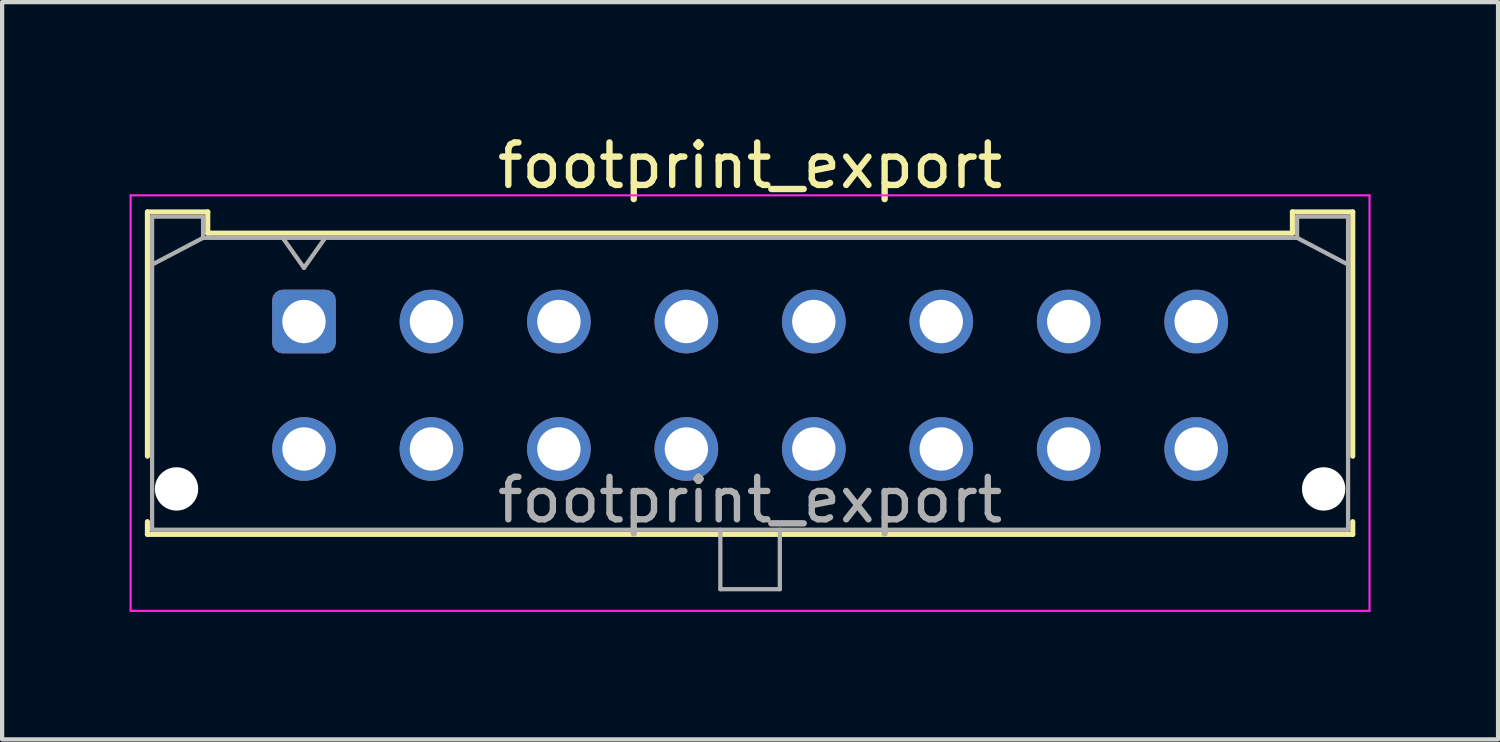
<source format=kicad_pcb>
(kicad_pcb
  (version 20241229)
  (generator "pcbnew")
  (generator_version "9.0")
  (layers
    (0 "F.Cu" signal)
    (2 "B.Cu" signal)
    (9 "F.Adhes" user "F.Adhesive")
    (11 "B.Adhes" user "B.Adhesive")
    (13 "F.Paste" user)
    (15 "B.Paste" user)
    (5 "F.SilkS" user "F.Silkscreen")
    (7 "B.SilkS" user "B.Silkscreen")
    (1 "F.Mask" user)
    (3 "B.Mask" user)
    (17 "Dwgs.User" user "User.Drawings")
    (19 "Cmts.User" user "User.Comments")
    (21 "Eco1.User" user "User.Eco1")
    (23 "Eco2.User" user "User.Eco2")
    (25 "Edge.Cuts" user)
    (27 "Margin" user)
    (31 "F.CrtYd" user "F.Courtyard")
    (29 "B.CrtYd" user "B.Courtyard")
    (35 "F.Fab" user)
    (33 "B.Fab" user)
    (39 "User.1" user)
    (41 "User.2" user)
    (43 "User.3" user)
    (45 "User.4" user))
  (footprint "footprint_export"
    (layer "F.Cu")
    (at 4.105 4.518)
    (property "Reference" "footprint_export" (at 10.5 -3.67 0) (layer "F.SilkS") (effects (font (size 1 1) (thickness 0.15))))
    (attr through_hole)
    (fp_line (start -3.685 -2.58) (end -2.265 -2.58) (stroke (width 0.12) (type solid)) (layer "F.SilkS"))
    (fp_line (start -3.685 3.17) (end -3.685 -2.58) (stroke (width 0.12) (type solid)) (layer "F.SilkS"))
    (fp_line (start -3.685 4.71) (end -3.685 5.01) (stroke (width 0.12) (type solid)) (layer "F.SilkS"))
    (fp_line (start -3.685 5.01) (end 24.685 5.01) (stroke (width 0.12) (type solid)) (layer "F.SilkS"))
    (fp_line (start -2.265 -2.58) (end -2.265 -2.08) (stroke (width 0.12) (type solid)) (layer "F.SilkS"))
    (fp_line (start -2.265 -2.08) (end 23.265 -2.08) (stroke (width 0.12) (type solid)) (layer "F.SilkS"))
    (fp_line (start 23.265 -2.58) (end 24.685 -2.58) (stroke (width 0.12) (type solid)) (layer "F.SilkS"))
    (fp_line (start 23.265 -2.08) (end 23.265 -2.58) (stroke (width 0.12) (type solid)) (layer "F.SilkS"))
    (fp_line (start 24.685 -2.58) (end 24.685 3.17) (stroke (width 0.12) (type solid)) (layer "F.SilkS"))
    (fp_line (start 24.685 5.01) (end 24.685 4.71) (stroke (width 0.12) (type solid)) (layer "F.SilkS"))
    (fp_line (start -4.08 -2.97) (end 25.08 -2.97) (stroke (width 0.05) (type solid)) (layer "F.CrtYd"))
    (fp_line (start -4.08 6.81) (end -4.08 -2.97) (stroke (width 0.05) (type solid)) (layer "F.CrtYd"))
    (fp_line (start 25.08 -2.97) (end 25.08 6.81) (stroke (width 0.05) (type solid)) (layer "F.CrtYd"))
    (fp_line (start 25.08 6.81) (end -4.08 6.81) (stroke (width 0.05) (type solid)) (layer "F.CrtYd"))
    (fp_line (start -3.575 -2.47) (end -3.575 4.9) (stroke (width 0.1) (type solid)) (layer "F.Fab"))
    (fp_line (start -3.575 -1.34) (end -2.375 -1.97) (stroke (width 0.1) (type solid)) (layer "F.Fab"))
    (fp_line (start -3.575 4.9) (end 24.575 4.9) (stroke (width 0.1) (type solid)) (layer "F.Fab"))
    (fp_line (start -2.375 -2.47) (end -3.575 -2.47) (stroke (width 0.1) (type solid)) (layer "F.Fab"))
    (fp_line (start -2.375 -1.97) (end -2.375 -2.47) (stroke (width 0.1) (type solid)) (layer "F.Fab"))
    (fp_line (start -0.5 -1.97) (end 0 -1.263) (stroke (width 0.1) (type solid)) (layer "F.Fab"))
    (fp_line (start 0 -1.263) (end 0.5 -1.97) (stroke (width 0.1) (type solid)) (layer "F.Fab"))
    (fp_line (start 9.8 4.9) (end 9.8 6.3) (stroke (width 0.1) (type solid)) (layer "F.Fab"))
    (fp_line (start 9.8 6.3) (end 11.2 6.3) (stroke (width 0.1) (type solid)) (layer "F.Fab"))
    (fp_line (start 11.2 6.3) (end 11.2 4.9) (stroke (width 0.1) (type solid)) (layer "F.Fab"))
    (fp_line (start 23.375 -2.47) (end 23.375 -1.97) (stroke (width 0.1) (type solid)) (layer "F.Fab"))
    (fp_line (start 23.375 -1.97) (end -2.375 -1.97) (stroke (width 0.1) (type solid)) (layer "F.Fab"))
    (fp_line (start 24.575 -2.47) (end 23.375 -2.47) (stroke (width 0.1) (type solid)) (layer "F.Fab"))
    (fp_line (start 24.575 -1.34) (end 23.375 -1.97) (stroke (width 0.1) (type solid)) (layer "F.Fab"))
    (fp_line (start 24.575 4.9) (end 24.575 -2.47) (stroke (width 0.1) (type solid)) (layer "F.Fab"))
    (fp_text user "${REFERENCE}" (at 10.5 4.2 0) (layer "F.Fab") (effects (font (size 1 1) (thickness 0.15))))
    (pad "" np_thru_hole circle (at -3 3.94) (size 1.02 1.02) (drill 1.02) (layers "*.Cu" "*.Mask"))
    (pad "" np_thru_hole circle (at 24 3.94) (size 1.02 1.02) (drill 1.02) (layers "*.Cu" "*.Mask"))
    (pad "1" thru_hole roundrect (at 0 0) (size 1.5 1.5) (drill 1.02) (layers "*.Cu" "*.Mask") (roundrect_rratio 0.167))
    (pad "2" thru_hole circle (at 3 0) (size 1.5 1.5) (drill 1.02) (layers "*.Cu" "*.Mask"))
    (pad "3" thru_hole circle (at 6 0) (size 1.5 1.5) (drill 1.02) (layers "*.Cu" "*.Mask"))
    (pad "4" thru_hole circle (at 9 0) (size 1.5 1.5) (drill 1.02) (layers "*.Cu" "*.Mask"))
    (pad "5" thru_hole circle (at 12 0) (size 1.5 1.5) (drill 1.02) (layers "*.Cu" "*.Mask"))
    (pad "6" thru_hole circle (at 15 0) (size 1.5 1.5) (drill 1.02) (layers "*.Cu" "*.Mask"))
    (pad "7" thru_hole circle (at 18 0) (size 1.5 1.5) (drill 1.02) (layers "*.Cu" "*.Mask"))
    (pad "8" thru_hole circle (at 21 0) (size 1.5 1.5) (drill 1.02) (layers "*.Cu" "*.Mask"))
    (pad "9" thru_hole circle (at 0 3) (size 1.5 1.5) (drill 1.02) (layers "*.Cu" "*.Mask"))
    (pad "10" thru_hole circle (at 3 3) (size 1.5 1.5) (drill 1.02) (layers "*.Cu" "*.Mask"))
    (pad "11" thru_hole circle (at 6 3) (size 1.5 1.5) (drill 1.02) (layers "*.Cu" "*.Mask"))
    (pad "12" thru_hole circle (at 9 3) (size 1.5 1.5) (drill 1.02) (layers "*.Cu" "*.Mask"))
    (pad "13" thru_hole circle (at 12 3) (size 1.5 1.5) (drill 1.02) (layers "*.Cu" "*.Mask"))
    (pad "14" thru_hole circle (at 15 3) (size 1.5 1.5) (drill 1.02) (layers "*.Cu" "*.Mask"))
    (pad "15" thru_hole circle (at 18 3) (size 1.5 1.5) (drill 1.02) (layers "*.Cu" "*.Mask"))
    (pad "16" thru_hole circle (at 21 3) (size 1.5 1.5) (drill 1.02) (layers "*.Cu" "*.Mask")))
  (gr_rect
    (start -3 -3)
    (end 32.21 14.353)
    (stroke (width 0.1) (type default))
    (fill no)
    (layer "Edge.Cuts")))
</source>
